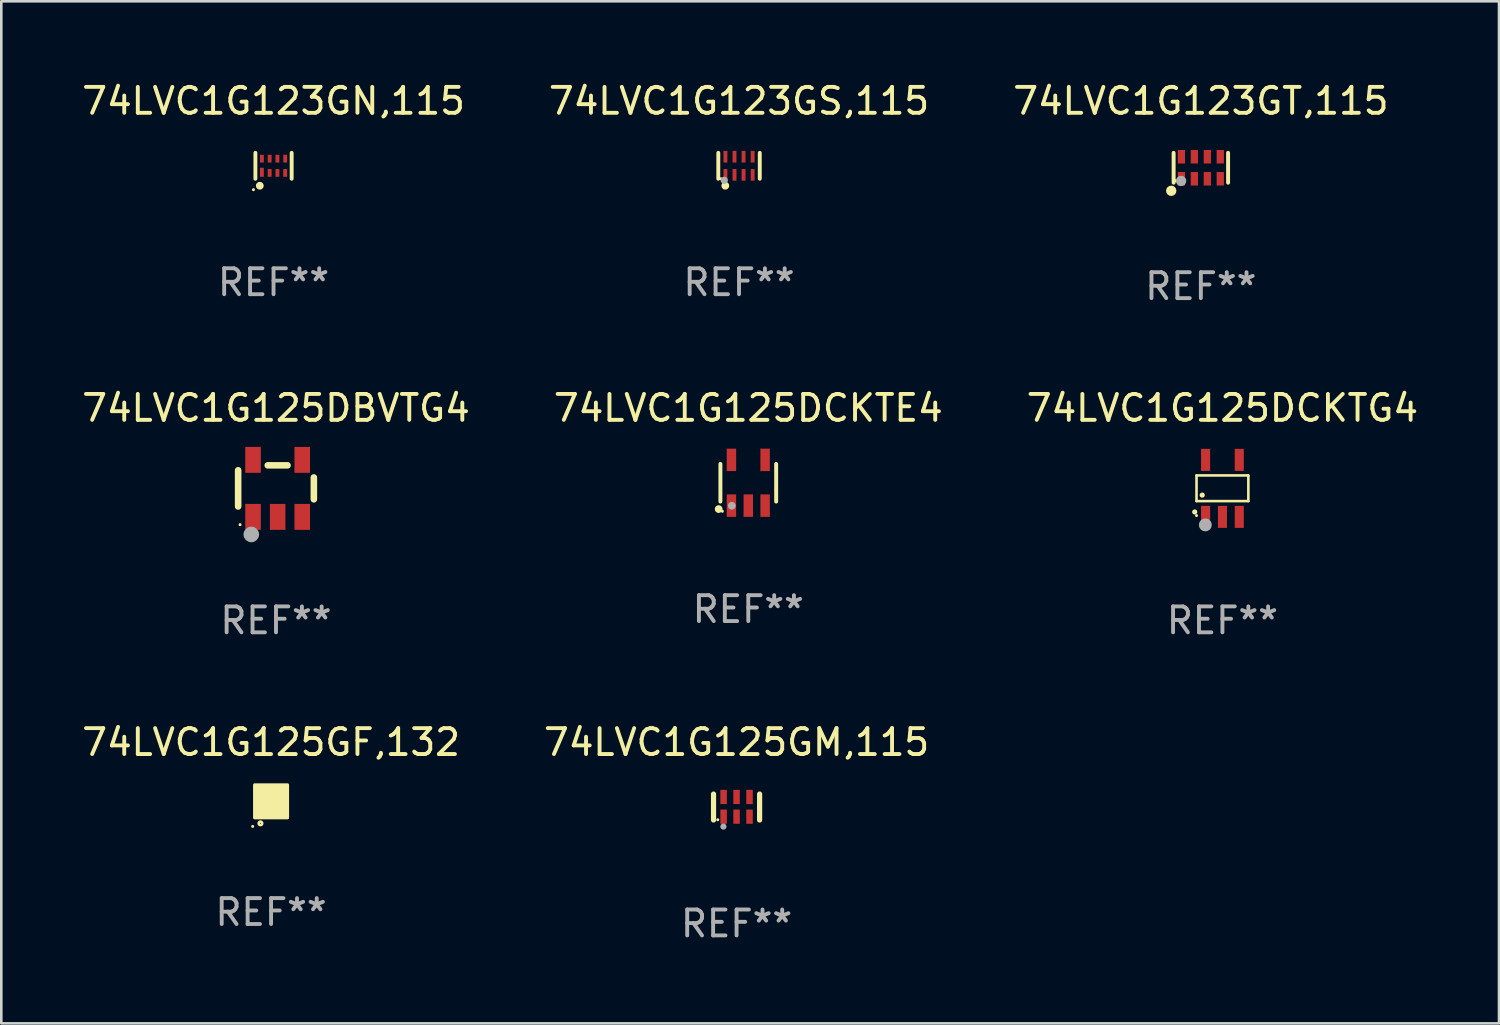
<source format=kicad_pcb>
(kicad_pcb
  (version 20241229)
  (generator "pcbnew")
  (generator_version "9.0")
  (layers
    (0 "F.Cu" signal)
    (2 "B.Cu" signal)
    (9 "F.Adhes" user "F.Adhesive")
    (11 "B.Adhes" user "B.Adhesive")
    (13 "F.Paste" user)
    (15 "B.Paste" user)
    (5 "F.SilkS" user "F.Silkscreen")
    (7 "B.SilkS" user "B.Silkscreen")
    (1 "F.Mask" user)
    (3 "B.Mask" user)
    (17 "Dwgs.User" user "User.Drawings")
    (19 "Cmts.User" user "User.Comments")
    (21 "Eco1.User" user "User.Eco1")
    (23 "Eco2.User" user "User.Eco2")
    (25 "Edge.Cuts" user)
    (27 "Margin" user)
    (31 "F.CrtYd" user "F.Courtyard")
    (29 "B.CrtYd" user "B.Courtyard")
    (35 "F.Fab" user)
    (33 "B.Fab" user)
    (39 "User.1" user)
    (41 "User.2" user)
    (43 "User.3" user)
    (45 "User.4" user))
  (footprint "74LVC1G123GS,115"
    (layer "F.Cu")
    (at 25.47 3.348)
    (property "Reference" "74LVC1G123GS,115" (at 0 -2.5 0) (layer "F.SilkS") (effects (font (size 1 1) (thickness 0.15))))
    (attr through_hole)
    (fp_line (start -0.8 -0.5) (end -0.8 0.5) (stroke (width 0.15) (type solid)) (layer "F.SilkS"))
    (fp_line (start 0.8 -0.5) (end 0.8 0.5) (stroke (width 0.15) (type solid)) (layer "F.SilkS"))
    (fp_circle (center -0.7 0.5) (end -0.67 0.5) (stroke (width 0.06) (type solid)) (fill no) (layer "F.SilkS"))
    (fp_circle (center -0.53 0.77) (end -0.454 0.77) (stroke (width 0.15) (type solid)) (fill no) (layer "F.SilkS"))
    (fp_circle (center -0.57 0.56) (end -0.5 0.56) (stroke (width 0.14) (type solid)) (fill no) (layer "F.Fab"))
    (fp_text user "REF**" (at 0 4.5 0) (layer "F.Fab") (effects (font (size 1 1) (thickness 0.15))))
    (pad "1" smd rect (at -0.525 0.35) (size 0.15 0.45) (layers "F.Cu" "F.Mask" "F.Paste"))
    (pad "2" smd rect (at -0.175 0.35) (size 0.15 0.45) (layers "F.Cu" "F.Mask" "F.Paste"))
    (pad "3" smd rect (at 0.175 0.35) (size 0.15 0.45) (layers "F.Cu" "F.Mask" "F.Paste"))
    (pad "4" smd rect (at 0.525 0.35) (size 0.15 0.45) (layers "F.Cu" "F.Mask" "F.Paste"))
    (pad "5" smd rect (at 0.525 -0.35) (size 0.15 0.45) (layers "F.Cu" "F.Mask" "F.Paste"))
    (pad "6" smd rect (at 0.175 -0.35) (size 0.15 0.45) (layers "F.Cu" "F.Mask" "F.Paste"))
    (pad "7" smd rect (at -0.175 -0.35) (size 0.15 0.45) (layers "F.Cu" "F.Mask" "F.Paste"))
    (pad "8" smd rect (at -0.525 -0.35) (size 0.15 0.45) (layers "F.Cu" "F.Mask" "F.Paste")))
  (footprint "74LVC1G125GM,115"
    (layer "F.Cu")
    (at 25.375 28.094)
    (property "Reference" "74LVC1G125GM,115" (at 0 -2.5 0) (layer "F.SilkS") (effects (font (size 1 1) (thickness 0.15))))
    (attr through_hole)
    (fp_line (start -0.889 0.5) (end -0.889 -0.5) (stroke (width 0.2) (type solid)) (layer "F.SilkS"))
    (fp_line (start 0.889 0.5) (end 0.889 -0.5) (stroke (width 0.2) (type solid)) (layer "F.SilkS"))
    (fp_circle (center -0.725 0.492) (end -0.695 0.492) (stroke (width 0.06) (type solid)) (fill no) (layer "F.SilkS"))
    (fp_circle (center -0.508 0.754) (end -0.448 0.754) (stroke (width 0.12) (type solid)) (fill no) (layer "F.Fab"))
    (fp_text user "REF**" (at 0 4.5 0) (layer "F.Fab") (effects (font (size 1 1) (thickness 0.15))))
    (pad "1" smd rect (at -0.5 0.372) (size 0.25 0.55) (layers "F.Cu" "F.Mask" "F.Paste"))
    (pad "2" smd rect (at -0.000127 0.372) (size 0.25 0.55) (layers "F.Cu" "F.Mask" "F.Paste"))
    (pad "3" smd rect (at 0.5 0.372) (size 0.25 0.55) (layers "F.Cu" "F.Mask" "F.Paste"))
    (pad "4" smd rect (at 0.5 -0.388 180) (size 0.25 0.55) (layers "F.Cu" "F.Mask" "F.Paste"))
    (pad "5" smd rect (at -0.000127 -0.388 180) (size 0.25 0.55) (layers "F.Cu" "F.Mask" "F.Paste"))
    (pad "6" smd rect (at -0.5 -0.388 180) (size 0.25 0.55) (layers "F.Cu" "F.Mask" "F.Paste")))
  (footprint "74LVC1G123GN,115"
    (layer "F.Cu")
    (at 7.506 3.348)
    (property "Reference" "74LVC1G123GN,115" (at 0 -2.5 0) (layer "F.SilkS") (effects (font (size 1 1) (thickness 0.15))))
    (attr through_hole)
    (fp_line (start -0.7 -0.5) (end -0.7 0.5) (stroke (width 0.15) (type solid)) (layer "F.SilkS"))
    (fp_line (start 0.7 -0.5) (end 0.7 0.5) (stroke (width 0.15) (type solid)) (layer "F.SilkS"))
    (fp_circle (center -0.775 0.922) (end -0.745 0.922) (stroke (width 0.06) (type solid)) (fill no) (layer "F.SilkS"))
    (fp_circle (center -0.53 0.77) (end -0.454 0.77) (stroke (width 0.15) (type solid)) (fill no) (layer "F.SilkS"))
    (fp_text user "REF**" (at 0 4.5 0) (layer "F.Fab") (effects (font (size 1 1) (thickness 0.15))))
    (pad "1" smd rect (at -0.45 0.25) (size 0.15 0.35) (layers "F.Cu" "F.Mask" "F.Paste"))
    (pad "2" smd rect (at -0.15 0.275) (size 0.15 0.3) (layers "F.Cu" "F.Mask" "F.Paste"))
    (pad "3" smd rect (at 0.15 0.275) (size 0.15 0.3) (layers "F.Cu" "F.Mask" "F.Paste"))
    (pad "4" smd rect (at 0.45 0.275) (size 0.15 0.3) (layers "F.Cu" "F.Mask" "F.Paste"))
    (pad "5" smd rect (at 0.45 -0.275) (size 0.15 0.3) (layers "F.Cu" "F.Mask" "F.Paste"))
    (pad "6" smd rect (at 0.15 -0.275) (size 0.15 0.3) (layers "F.Cu" "F.Mask" "F.Paste"))
    (pad "7" smd rect (at -0.15 -0.275) (size 0.15 0.3) (layers "F.Cu" "F.Mask" "F.Paste"))
    (pad "8" smd rect (at -0.45 -0.275) (size 0.15 0.3) (layers "F.Cu" "F.Mask" "F.Paste")))
  (footprint "74LVC1G125GF,132"
    (layer "F.Cu")
    (at 7.411 27.874)
    (property "Reference" "74LVC1G125GF,132" (at 0 -2.28 0) (layer "F.SilkS") (effects (font (size 1 1) (thickness 0.15))))
    (attr through_hole)
    (fp_circle (center -0.71 0.968) (end -0.68 0.968) (stroke (width 0.06) (type solid)) (fill no) (layer "F.SilkS"))
    (fp_circle (center -0.41 0.85) (end -0.342 0.85) (stroke (width 0.1) (type solid)) (fill no) (layer "F.SilkS"))
    (fp_poly (pts (xy -0.635 -0.635) (xy 0.635 -0.635) (xy 0.635 0.635) (xy -0.635 0.635)) (stroke (width 0.12) (type solid)) (fill yes) (layer "F.SilkS"))
    (fp_text user "REF**" (at 0 4.28 0) (layer "F.Fab") (effects (font (size 1 1) (thickness 0.15))))
    (pad "1" smd rect (at -0.35 0.28 90) (size 0.35 0.2) (layers "F.Cu" "F.Mask" "F.Paste"))
    (pad "2" smd rect (at 0 0.28 90) (size 0.35 0.2) (layers "F.Cu" "F.Mask" "F.Paste"))
    (pad "3" smd rect (at 0.35 0.28 90) (size 0.35 0.2) (layers "F.Cu" "F.Mask" "F.Paste"))
    (pad "4" smd rect (at 0.35 -0.28 90) (size 0.35 0.2) (layers "F.Cu" "F.Mask" "F.Paste"))
    (pad "5" smd rect (at 0 -0.28 90) (size 0.35 0.2) (layers "F.Cu" "F.Mask" "F.Paste"))
    (pad "6" smd rect (at -0.35 -0.28 90) (size 0.35 0.2) (layers "F.Cu" "F.Mask" "F.Paste")))
  (footprint "74LVC1G125DCKTG4"
    (layer "F.Cu")
    (at 44.125 15.797)
    (property "Reference" "74LVC1G125DCKTG4" (at 0 -3.1 0) (layer "F.SilkS") (effects (font (size 1 1) (thickness 0.15))))
    (attr through_hole)
    (fp_line (start -1 -0.5) (end -1 0.49) (stroke (width 0.1) (type solid)) (layer "F.SilkS"))
    (fp_line (start -1 0.49) (end 1 0.49) (stroke (width 0.1) (type solid)) (layer "F.SilkS"))
    (fp_line (start 0.99 -0.5) (end -1 -0.5) (stroke (width 0.1) (type solid)) (layer "F.SilkS"))
    (fp_line (start 1 -0.49) (end 0.99 -0.5) (stroke (width 0.1) (type solid)) (layer "F.SilkS"))
    (fp_line (start 1 0.49) (end 1 -0.49) (stroke (width 0.1) (type solid)) (layer "F.SilkS"))
    (fp_circle (center -1.07 0.91) (end -1.02 0.91) (stroke (width 0.1) (type solid)) (fill no) (layer "F.SilkS"))
    (fp_circle (center -1 1.05) (end -0.97 1.05) (stroke (width 0.06) (type solid)) (fill no) (layer "F.SilkS"))
    (fp_circle (center -0.78 0.26) (end -0.73 0.26) (stroke (width 0.1) (type solid)) (fill no) (layer "F.SilkS"))
    (fp_circle (center -0.66 1.41) (end -0.535 1.41) (stroke (width 0.25) (type solid)) (fill no) (layer "F.Fab"))
    (fp_text user "REF**" (at 0 5.1 0) (layer "F.Fab") (effects (font (size 1 1) (thickness 0.15))))
    (pad "1" smd rect (at -0.65 1.1) (size 0.35 0.85) (layers "F.Cu" "F.Mask" "F.Paste"))
    (pad "2" smd rect (at 0.000051 1.1) (size 0.35 0.85) (layers "F.Cu" "F.Mask" "F.Paste"))
    (pad "3" smd rect (at 0.65 1.1) (size 0.35 0.85) (layers "F.Cu" "F.Mask" "F.Paste"))
    (pad "4" smd rect (at 0.65 -1.1) (size 0.35 0.85) (layers "F.Cu" "F.Mask" "F.Paste"))
    (pad "5" smd rect (at -0.65 -1.1) (size 0.35 0.85) (layers "F.Cu" "F.Mask" "F.Paste")))
  (footprint "74LVC1G125DCKTE4"
    (layer "F.Cu")
    (at 25.827 15.58)
    (property "Reference" "74LVC1G125DCKTE4" (at 0 -2.883 0) (layer "F.SilkS") (effects (font (size 1 1) (thickness 0.15))))
    (attr through_hole)
    (fp_line (start -1.076 0.726) (end -1.076 -0.726) (stroke (width 0.152) (type solid)) (layer "F.SilkS"))
    (fp_line (start 1.076 0.726) (end 1.076 -0.726) (stroke (width 0.152) (type solid)) (layer "F.SilkS"))
    (fp_circle (center -1.143 1.016) (end -1.068 1.016) (stroke (width 0.15) (type solid)) (fill no) (layer "F.SilkS"))
    (fp_circle (center -1 1.1) (end -0.97 1.1) (stroke (width 0.06) (type solid)) (fill no) (layer "F.SilkS"))
    (fp_circle (center -0.635 0.889) (end -0.56 0.889) (stroke (width 0.15) (type solid)) (fill no) (layer "F.Fab"))
    (fp_text user "REF**" (at 0 4.883 0) (layer "F.Fab") (effects (font (size 1 1) (thickness 0.15))))
    (pad "1" smd rect (at -0.65 0.883) (size 0.364 0.866) (layers "F.Cu" "F.Mask" "F.Paste"))
    (pad "2" smd rect (at 0 0.883) (size 0.364 0.866) (layers "F.Cu" "F.Mask" "F.Paste"))
    (pad "3" smd rect (at 0.65 0.883) (size 0.364 0.866) (layers "F.Cu" "F.Mask" "F.Paste"))
    (pad "4" smd rect (at 0.65 -0.883) (size 0.364 0.866) (layers "F.Cu" "F.Mask" "F.Paste"))
    (pad "5" smd rect (at -0.65 -0.883) (size 0.364 0.866) (layers "F.Cu" "F.Mask" "F.Paste")))
  (footprint "74LVC1G123GT,115"
    (layer "F.Cu")
    (at 43.292 3.424)
    (property "Reference" "74LVC1G123GT,115" (at 0 -2.576 0) (layer "F.SilkS") (effects (font (size 1 1) (thickness 0.15))))
    (attr through_hole)
    (fp_line (start -1.051 0.576) (end -1.051 -0.576) (stroke (width 0.152) (type solid)) (layer "F.SilkS"))
    (fp_line (start 1.051 -0.576) (end 1.051 0.576) (stroke (width 0.152) (type solid)) (layer "F.SilkS"))
    (fp_circle (center -1.143 0.889) (end -1.043 0.889) (stroke (width 0.2) (type solid)) (fill no) (layer "F.SilkS"))
    (fp_circle (center -0.975 0.5) (end -0.945 0.5) (stroke (width 0.06) (type solid)) (fill no) (layer "F.SilkS"))
    (fp_circle (center -0.762 0.508) (end -0.662 0.508) (stroke (width 0.2) (type solid)) (fill no) (layer "F.Fab"))
    (fp_text user "REF**" (at 0 4.576 0) (layer "F.Fab") (effects (font (size 1 1) (thickness 0.15))))
    (pad "1" smd rect (at -0.75 0.425) (size 0.28 0.521) (layers "F.Cu" "F.Mask" "F.Paste"))
    (pad "2" smd rect (at -0.25 0.425) (size 0.28 0.521) (layers "F.Cu" "F.Mask" "F.Paste"))
    (pad "3" smd rect (at 0.25 0.425) (size 0.28 0.521) (layers "F.Cu" "F.Mask" "F.Paste"))
    (pad "4" smd rect (at 0.75 0.425) (size 0.28 0.521) (layers "F.Cu" "F.Mask" "F.Paste"))
    (pad "5" smd rect (at 0.75 -0.425) (size 0.28 0.521) (layers "F.Cu" "F.Mask" "F.Paste"))
    (pad "6" smd rect (at 0.25 -0.425) (size 0.28 0.521) (layers "F.Cu" "F.Mask" "F.Paste"))
    (pad "7" smd rect (at -0.25 -0.425) (size 0.28 0.521) (layers "F.Cu" "F.Mask" "F.Paste"))
    (pad "8" smd rect (at -0.75 -0.425) (size 0.28 0.521) (layers "F.Cu" "F.Mask" "F.Paste")))
  (footprint "74LVC1G125DBVTG4"
    (layer "F.Cu")
    (at 7.601 15.797)
    (property "Reference" "74LVC1G125DBVTG4" (at 0 -3.1 0) (layer "F.SilkS") (effects (font (size 1 1) (thickness 0.15))))
    (attr through_hole)
    (fp_line (start -1.461 -0.699) (end -1.461 0.699) (stroke (width 0.254) (type solid)) (layer "F.SilkS"))
    (fp_line (start -0.318 -0.889) (end 0.445 -0.889) (stroke (width 0.254) (type solid)) (layer "F.SilkS"))
    (fp_line (start 1.461 -0.422) (end 1.461 0.422) (stroke (width 0.254) (type solid)) (layer "F.SilkS"))
    (fp_circle (center -1.387 1.4) (end -1.357 1.4) (stroke (width 0.06) (type solid)) (fill no) (layer "F.SilkS"))
    (fp_circle (center -0.953 1.778) (end -0.802 1.778) (stroke (width 0.3) (type solid)) (fill no) (layer "F.Fab"))
    (fp_text user "REF**" (at 0 5.1 0) (layer "F.Fab") (effects (font (size 1 1) (thickness 0.15))))
    (pad "1" smd rect (at -0.886 1.1) (size 0.6 1) (layers "F.Cu" "F.Mask" "F.Paste"))
    (pad "2" smd rect (at 0.064 1.1) (size 0.6 1) (layers "F.Cu" "F.Mask" "F.Paste"))
    (pad "3" smd rect (at 1.013 1.1) (size 0.6 1) (layers "F.Cu" "F.Mask" "F.Paste"))
    (pad "4" smd rect (at 1.013 -1.1) (size 0.6 1) (layers "F.Cu" "F.Mask" "F.Paste"))
    (pad "5" smd rect (at -0.886 -1.1) (size 0.6 1) (layers "F.Cu" "F.Mask" "F.Paste")))
  (gr_rect
    (start -3 -3)
    (end 54.798 36.442)
    (stroke (width 0.1) (type default))
    (fill no)
    (layer "Edge.Cuts")))
</source>
